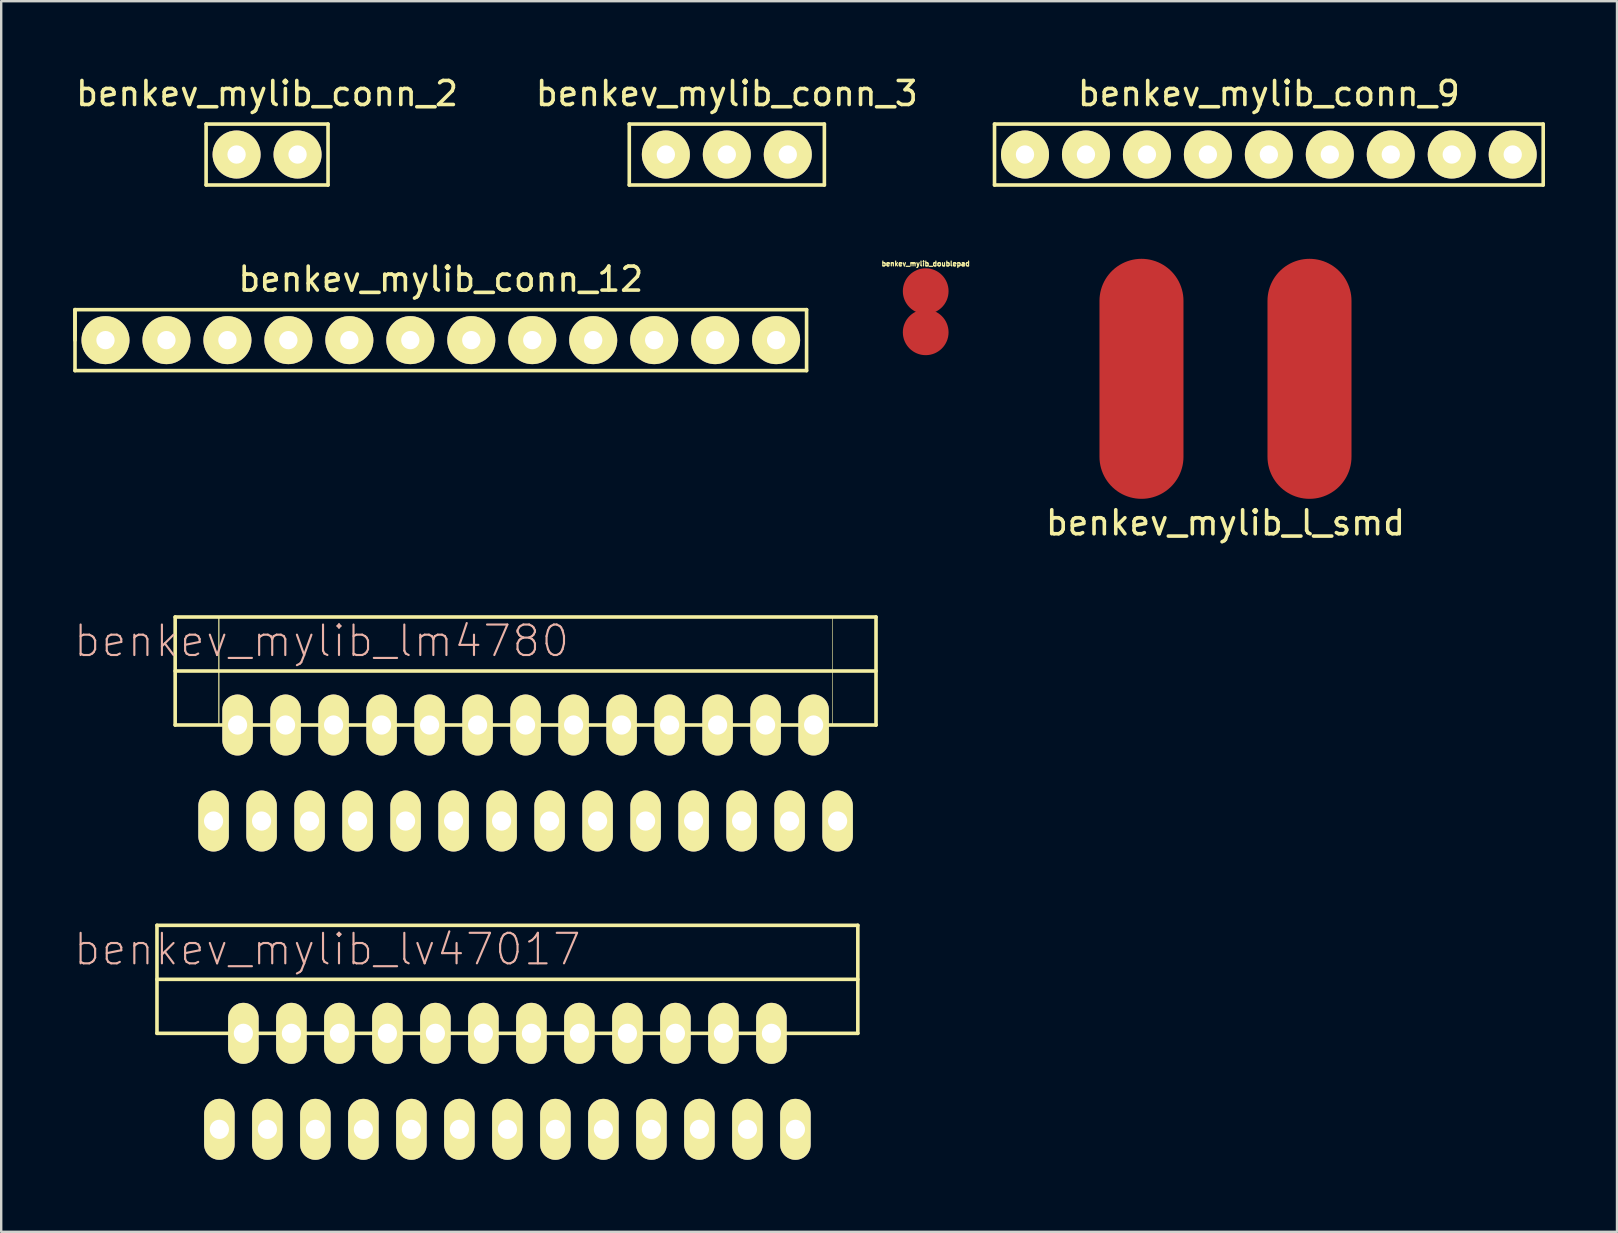
<source format=kicad_pcb>
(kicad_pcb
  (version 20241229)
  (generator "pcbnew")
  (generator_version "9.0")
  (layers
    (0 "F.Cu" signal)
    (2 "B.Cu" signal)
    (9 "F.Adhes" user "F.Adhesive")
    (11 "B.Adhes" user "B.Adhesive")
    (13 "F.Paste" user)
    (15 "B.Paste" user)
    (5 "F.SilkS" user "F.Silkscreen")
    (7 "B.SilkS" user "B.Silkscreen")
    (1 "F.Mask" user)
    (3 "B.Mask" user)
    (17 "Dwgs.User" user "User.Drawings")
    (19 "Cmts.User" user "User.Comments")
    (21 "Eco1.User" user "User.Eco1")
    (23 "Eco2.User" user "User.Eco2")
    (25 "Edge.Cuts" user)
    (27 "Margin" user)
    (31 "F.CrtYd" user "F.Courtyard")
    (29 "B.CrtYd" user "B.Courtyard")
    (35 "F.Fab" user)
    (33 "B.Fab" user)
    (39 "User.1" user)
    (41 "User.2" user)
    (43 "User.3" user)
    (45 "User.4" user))
  (footprint "benkev_mylib_lv47017"
    (layer "F.Cu")
    (at 18.09 40.002)
    (property "Reference" "benkev_mylib_lv47017" (at -7.5 -3.5 0) (layer "B.SilkS") (effects (font (size 1.27 1.27) (thickness 0.089))))
    (attr exclude_from_pos_files exclude_from_bom)
    (fp_line (start -14.6 -4.5) (end 14.6 -4.5) (stroke (width 0.15) (type solid)) (layer "F.SilkS"))
    (fp_line (start -14.6 -2.25) (end 14.6 -2.25) (stroke (width 0.15) (type solid)) (layer "F.SilkS"))
    (fp_line (start -14.6 0) (end -14.6 -4.5) (stroke (width 0.15) (type solid)) (layer "F.SilkS"))
    (fp_line (start 14.6 -4.5) (end 14.6 0) (stroke (width 0.15) (type solid)) (layer "F.SilkS"))
    (fp_line (start 14.6 0) (end -14.6 0) (stroke (width 0.15) (type solid)) (layer "F.SilkS"))
    (pad "1" thru_hole oval (at -12 4) (size 1.27 2.54) (drill 0.8) (layers "*.Cu" "F.Mask" "F.SilkS" "F.Paste"))
    (pad "2" thru_hole oval (at -11 0) (size 1.27 2.54) (drill 0.8) (layers "*.Cu" "F.Mask" "F.SilkS" "F.Paste"))
    (pad "3" thru_hole oval (at -10 4) (size 1.27 2.54) (drill 0.8) (layers "*.Cu" "F.Mask" "F.SilkS" "F.Paste"))
    (pad "4" thru_hole oval (at -9 0) (size 1.27 2.54) (drill 0.8) (layers "*.Cu" "F.Mask" "F.SilkS" "F.Paste"))
    (pad "5" thru_hole oval (at -8 4) (size 1.27 2.54) (drill 0.8) (layers "*.Cu" "F.Mask" "F.SilkS" "F.Paste"))
    (pad "6" thru_hole oval (at -7 0) (size 1.27 2.54) (drill 0.8) (layers "*.Cu" "F.Mask" "F.SilkS" "F.Paste"))
    (pad "7" thru_hole oval (at -6 4) (size 1.27 2.54) (drill 0.8) (layers "*.Cu" "F.Mask" "F.SilkS" "F.Paste"))
    (pad "8" thru_hole oval (at -5 0) (size 1.27 2.54) (drill 0.8) (layers "*.Cu" "F.Mask" "F.SilkS" "F.Paste"))
    (pad "9" thru_hole oval (at -4 4) (size 1.27 2.54) (drill 0.8) (layers "*.Cu" "F.Mask" "F.SilkS" "F.Paste"))
    (pad "10" thru_hole oval (at -3 0) (size 1.27 2.54) (drill 0.8) (layers "*.Cu" "F.Mask" "F.SilkS" "F.Paste"))
    (pad "11" thru_hole oval (at -2 4) (size 1.27 2.54) (drill 0.8) (layers "*.Cu" "F.Mask" "F.SilkS" "F.Paste"))
    (pad "12" thru_hole oval (at -1 0) (size 1.27 2.54) (drill 0.8) (layers "*.Cu" "F.Mask" "F.SilkS" "F.Paste"))
    (pad "13" thru_hole oval (at 0 4) (size 1.27 2.54) (drill 0.8) (layers "*.Cu" "F.Mask" "F.SilkS" "F.Paste"))
    (pad "14" thru_hole oval (at 1 0) (size 1.27 2.54) (drill 0.8) (layers "*.Cu" "F.Mask" "F.SilkS" "F.Paste"))
    (pad "15" thru_hole oval (at 2 4) (size 1.27 2.54) (drill 0.8) (layers "*.Cu" "F.Mask" "F.SilkS" "F.Paste"))
    (pad "16" thru_hole oval (at 3 0) (size 1.27 2.54) (drill 0.8) (layers "*.Cu" "F.Mask" "F.SilkS" "F.Paste"))
    (pad "17" thru_hole oval (at 4 4) (size 1.27 2.54) (drill 0.8) (layers "*.Cu" "F.Mask" "F.SilkS" "F.Paste"))
    (pad "18" thru_hole oval (at 5 0) (size 1.27 2.54) (drill 0.8) (layers "*.Cu" "F.Mask" "F.SilkS" "F.Paste"))
    (pad "19" thru_hole oval (at 6 4) (size 1.27 2.54) (drill 0.8) (layers "*.Cu" "F.Mask" "F.SilkS" "F.Paste"))
    (pad "20" thru_hole oval (at 7 0) (size 1.27 2.54) (drill 0.8) (layers "*.Cu" "F.Mask" "F.SilkS" "F.Paste"))
    (pad "21" thru_hole oval (at 8 4) (size 1.27 2.54) (drill 0.8) (layers "*.Cu" "F.Mask" "F.SilkS" "F.Paste"))
    (pad "22" thru_hole oval (at 9 0) (size 1.27 2.54) (drill 0.8) (layers "*.Cu" "F.Mask" "F.SilkS" "F.Paste"))
    (pad "23" thru_hole oval (at 10 4) (size 1.27 2.54) (drill 0.8) (layers "*.Cu" "F.Mask" "F.SilkS" "F.Paste"))
    (pad "24" thru_hole oval (at 11 0) (size 1.27 2.54) (drill 0.8) (layers "*.Cu" "F.Mask" "F.SilkS" "F.Paste"))
    (pad "25" thru_hole oval (at 12 4) (size 1.27 2.54) (drill 0.8) (layers "*.Cu" "F.Mask" "F.SilkS" "F.Paste")))
  (footprint "benkev_mylib_lm4780"
    (layer "F.Cu")
    (at 18.848 27.157)
    (property "Reference" "benkev_mylib_lm4780" (at -8.5 -3.5 0) (layer "B.SilkS") (effects (font (size 1.27 1.27) (thickness 0.089))))
    (attr exclude_from_pos_files exclude_from_bom)
    (fp_line (start -14.6 -4.5) (end 14.6 -4.5) (stroke (width 0.15) (type solid)) (layer "F.SilkS"))
    (fp_line (start -14.6 -2.25) (end 14.6 -2.25) (stroke (width 0.15) (type solid)) (layer "F.SilkS"))
    (fp_line (start -14.6 0) (end -14.6 -4.5) (stroke (width 0.15) (type solid)) (layer "F.SilkS"))
    (fp_line (start -12.78 -4.5) (end -12.78 0) (stroke (width 0.05) (type solid)) (layer "F.SilkS"))
    (fp_line (start 12.78 -4.5) (end 12.78 0) (stroke (width 0.025) (type solid)) (layer "F.SilkS"))
    (fp_line (start 14.6 -4.5) (end 14.6 0) (stroke (width 0.15) (type solid)) (layer "F.SilkS"))
    (fp_line (start 14.6 0) (end -14.6 0) (stroke (width 0.15) (type solid)) (layer "F.SilkS"))
    (pad "1" thru_hole oval (at -13 4) (size 1.27 2.54) (drill 0.8) (layers "*.Cu" "F.Mask" "F.SilkS" "F.Paste"))
    (pad "2" thru_hole oval (at -12 0) (size 1.27 2.54) (drill 0.8) (layers "*.Cu" "F.Mask" "F.SilkS" "F.Paste"))
    (pad "3" thru_hole oval (at -11 4) (size 1.27 2.54) (drill 0.8) (layers "*.Cu" "F.Mask" "F.SilkS" "F.Paste"))
    (pad "4" thru_hole oval (at -10 0) (size 1.27 2.54) (drill 0.8) (layers "*.Cu" "F.Mask" "F.SilkS" "F.Paste"))
    (pad "5" thru_hole oval (at -9 4) (size 1.27 2.54) (drill 0.8) (layers "*.Cu" "F.Mask" "F.SilkS" "F.Paste"))
    (pad "6" thru_hole oval (at -8 0) (size 1.27 2.54) (drill 0.8) (layers "*.Cu" "F.Mask" "F.SilkS" "F.Paste"))
    (pad "7" thru_hole oval (at -7 4) (size 1.27 2.54) (drill 0.8) (layers "*.Cu" "F.Mask" "F.SilkS" "F.Paste"))
    (pad "8" thru_hole oval (at -6 0) (size 1.27 2.54) (drill 0.8) (layers "*.Cu" "F.Mask" "F.SilkS" "F.Paste"))
    (pad "9" thru_hole oval (at -5 4) (size 1.27 2.54) (drill 0.8) (layers "*.Cu" "F.Mask" "F.SilkS" "F.Paste"))
    (pad "10" thru_hole oval (at -4 0) (size 1.27 2.54) (drill 0.8) (layers "*.Cu" "F.Mask" "F.SilkS" "F.Paste"))
    (pad "11" thru_hole oval (at -3 4) (size 1.27 2.54) (drill 0.8) (layers "*.Cu" "F.Mask" "F.SilkS" "F.Paste"))
    (pad "12" thru_hole oval (at -2 0) (size 1.27 2.54) (drill 0.8) (layers "*.Cu" "F.Mask" "F.SilkS" "F.Paste"))
    (pad "13" thru_hole oval (at -1 4) (size 1.27 2.54) (drill 0.8) (layers "*.Cu" "F.Mask" "F.SilkS" "F.Paste"))
    (pad "14" thru_hole oval (at 0 0) (size 1.27 2.54) (drill 0.8) (layers "*.Cu" "F.Mask" "F.SilkS" "F.Paste"))
    (pad "15" thru_hole oval (at 1 4) (size 1.27 2.54) (drill 0.8) (layers "*.Cu" "F.Mask" "F.SilkS" "F.Paste"))
    (pad "16" thru_hole oval (at 2 0) (size 1.27 2.54) (drill 0.8) (layers "*.Cu" "F.Mask" "F.SilkS" "F.Paste"))
    (pad "17" thru_hole oval (at 3 4) (size 1.27 2.54) (drill 0.8) (layers "*.Cu" "F.Mask" "F.SilkS" "F.Paste"))
    (pad "18" thru_hole oval (at 4 0) (size 1.27 2.54) (drill 0.8) (layers "*.Cu" "F.Mask" "F.SilkS" "F.Paste"))
    (pad "19" thru_hole oval (at 5 4) (size 1.27 2.54) (drill 0.8) (layers "*.Cu" "F.Mask" "F.SilkS" "F.Paste"))
    (pad "20" thru_hole oval (at 6 0) (size 1.27 2.54) (drill 0.8) (layers "*.Cu" "F.Mask" "F.SilkS" "F.Paste"))
    (pad "21" thru_hole oval (at 7 4) (size 1.27 2.54) (drill 0.8) (layers "*.Cu" "F.Mask" "F.SilkS" "F.Paste"))
    (pad "22" thru_hole oval (at 8 0) (size 1.27 2.54) (drill 0.8) (layers "*.Cu" "F.Mask" "F.SilkS" "F.Paste"))
    (pad "23" thru_hole oval (at 9 4) (size 1.27 2.54) (drill 0.8) (layers "*.Cu" "F.Mask" "F.SilkS" "F.Paste"))
    (pad "24" thru_hole oval (at 10 0) (size 1.27 2.54) (drill 0.8) (layers "*.Cu" "F.Mask" "F.SilkS" "F.Paste"))
    (pad "25" thru_hole oval (at 11 4) (size 1.27 2.54) (drill 0.8) (layers "*.Cu" "F.Mask" "F.SilkS" "F.Paste"))
    (pad "26" thru_hole oval (at 12 0) (size 1.27 2.54) (drill 0.8) (layers "*.Cu" "F.Mask" "F.SilkS" "F.Paste"))
    (pad "27" thru_hole oval (at 13 4) (size 1.27 2.54) (drill 0.8) (layers "*.Cu" "F.Mask" "F.SilkS" "F.Paste")))
  (footprint "benkev_mylib_conn_2"
    (layer "F.Cu")
    (at 8.077 3.388)
    (property "Reference" "benkev_mylib_conn_2" (at 0 -2.54 0) (layer "F.SilkS") (effects (font (size 1 1) (thickness 0.15))))
    (attr through_hole)
    (fp_line (start -2.54 -1.27) (end 2.54 -1.27) (stroke (width 0.15) (type solid)) (layer "F.SilkS"))
    (fp_line (start -2.54 1.27) (end -2.54 -1.27) (stroke (width 0.15) (type solid)) (layer "F.SilkS"))
    (fp_line (start -2.54 1.27) (end 2.54 1.27) (stroke (width 0.15) (type solid)) (layer "F.SilkS"))
    (fp_line (start 2.54 -1.27) (end 2.54 1.27) (stroke (width 0.15) (type solid)) (layer "F.SilkS"))
    (pad "1" thru_hole circle (at -1.27 0) (size 2 2) (drill 0.762) (layers "*.Cu" "*.Mask" "F.SilkS"))
    (pad "2" thru_hole circle (at 1.27 0) (size 2 2) (drill 0.762) (layers "*.Cu" "*.Mask" "F.SilkS")))
  (footprint "benkev_mylib_conn_3"
    (layer "F.Cu")
    (at 27.232 3.388)
    (property "Reference" "benkev_mylib_conn_3" (at 0 -2.54 0) (layer "F.SilkS") (effects (font (size 1 1) (thickness 0.15))))
    (attr through_hole)
    (fp_line (start -4.064 -1.27) (end 4.064 -1.27) (stroke (width 0.15) (type solid)) (layer "F.SilkS"))
    (fp_line (start -4.064 1.27) (end -4.064 -1.27) (stroke (width 0.15) (type solid)) (layer "F.SilkS"))
    (fp_line (start -4.064 1.27) (end 4.064 1.27) (stroke (width 0.15) (type solid)) (layer "F.SilkS"))
    (fp_line (start 4.064 -1.27) (end 4.064 1.27) (stroke (width 0.15) (type solid)) (layer "F.SilkS"))
    (pad "1" thru_hole circle (at -2.54 0) (size 2 2) (drill 0.762) (layers "*.Cu" "*.Mask" "F.SilkS"))
    (pad "2" thru_hole circle (at 0 0) (size 2 2) (drill 0.762) (layers "*.Cu" "*.Mask" "F.SilkS"))
    (pad "3" thru_hole circle (at 2.54 0) (size 2 2) (drill 0.762) (layers "*.Cu" "*.Mask" "F.SilkS")))
  (footprint "benkev_mylib_l_smd"
    (layer "F.Cu")
    (at 48.008 12.733)
    (property "Reference" "benkev_mylib_l_smd" (at 0 6 0) (layer "F.SilkS") (effects (font (size 1 1) (thickness 0.15))))
    (attr through_hole)
    (pad "1" smd oval (at -3.5 0) (size 3.5 10) (layers "F.Cu" "F.Mask" "F.Paste"))
    (pad "2" smd oval (at 3.5 0) (size 3.5 10) (layers "F.Cu" "F.Mask" "F.Paste")))
  (footprint "benkev_mylib_conn_12"
    (layer "F.Cu")
    (at 15.315 11.121)
    (property "Reference" "benkev_mylib_conn_12" (at 0 -2.54 0) (layer "F.SilkS") (effects (font (size 1 1) (thickness 0.15))))
    (attr through_hole)
    (fp_line (start -15.24 -1.27) (end -15.24 0) (stroke (width 0.15) (type solid)) (layer "F.SilkS"))
    (fp_line (start -15.24 -1.27) (end 15.24 -1.27) (stroke (width 0.15) (type solid)) (layer "F.SilkS"))
    (fp_line (start -15.24 1.27) (end -15.24 -1.27) (stroke (width 0.15) (type solid)) (layer "F.SilkS"))
    (fp_line (start 15.24 -1.27) (end 15.24 1.27) (stroke (width 0.15) (type solid)) (layer "F.SilkS"))
    (fp_line (start 15.24 1.27) (end -15.24 1.27) (stroke (width 0.15) (type solid)) (layer "F.SilkS"))
    (pad "1" thru_hole circle (at -13.97 0) (size 2 2) (drill 0.762) (layers "*.Cu" "*.Mask" "F.SilkS"))
    (pad "2" thru_hole circle (at -11.43 0) (size 2 2) (drill 0.762) (layers "*.Cu" "*.Mask" "F.SilkS"))
    (pad "3" thru_hole circle (at -8.89 0) (size 2 2) (drill 0.762) (layers "*.Cu" "*.Mask" "F.SilkS"))
    (pad "4" thru_hole circle (at -6.35 0) (size 2 2) (drill 0.762) (layers "*.Cu" "*.Mask" "F.SilkS"))
    (pad "5" thru_hole circle (at -3.81 0) (size 2 2) (drill 0.762) (layers "*.Cu" "*.Mask" "F.SilkS"))
    (pad "6" thru_hole circle (at -1.27 0) (size 2 2) (drill 0.762) (layers "*.Cu" "*.Mask" "F.SilkS"))
    (pad "7" thru_hole circle (at 1.27 0) (size 2 2) (drill 0.762) (layers "*.Cu" "*.Mask" "F.SilkS"))
    (pad "8" thru_hole circle (at 3.81 0) (size 2 2) (drill 0.762) (layers "*.Cu" "*.Mask" "F.SilkS"))
    (pad "9" thru_hole circle (at 6.35 0) (size 2 2) (drill 0.762) (layers "*.Cu" "*.Mask" "F.SilkS"))
    (pad "10" thru_hole circle (at 8.89 0) (size 2 2) (drill 0.762) (layers "*.Cu" "*.Mask" "F.SilkS"))
    (pad "11" thru_hole circle (at 11.43 0) (size 2 2) (drill 0.762) (layers "*.Cu" "*.Mask" "F.SilkS"))
    (pad "12" thru_hole circle (at 13.97 0) (size 2 2) (drill 0.762) (layers "*.Cu" "*.Mask" "F.SilkS")))
  (footprint "benkev_mylib_conn_9"
    (layer "F.Cu")
    (at 49.815 3.388)
    (property "Reference" "benkev_mylib_conn_9" (at 0 -2.54 0) (layer "F.SilkS") (effects (font (size 1 1) (thickness 0.15))))
    (attr through_hole)
    (fp_line (start -11.43 -1.27) (end 11.43 -1.27) (stroke (width 0.15) (type solid)) (layer "F.SilkS"))
    (fp_line (start -11.43 1.27) (end -11.43 -1.27) (stroke (width 0.15) (type solid)) (layer "F.SilkS"))
    (fp_line (start 11.43 -1.27) (end 11.43 1.27) (stroke (width 0.15) (type solid)) (layer "F.SilkS"))
    (fp_line (start 11.43 1.27) (end -11.43 1.27) (stroke (width 0.15) (type solid)) (layer "F.SilkS"))
    (pad "1" thru_hole circle (at -10.16 0) (size 2 2) (drill 0.762) (layers "*.Cu" "*.Mask" "F.SilkS"))
    (pad "2" thru_hole circle (at -7.62 0) (size 2 2) (drill 0.762) (layers "*.Cu" "*.Mask" "F.SilkS"))
    (pad "3" thru_hole circle (at -5.08 0) (size 2 2) (drill 0.762) (layers "*.Cu" "*.Mask" "F.SilkS"))
    (pad "4" thru_hole circle (at -2.54 0) (size 2 2) (drill 0.762) (layers "*.Cu" "*.Mask" "F.SilkS"))
    (pad "5" thru_hole circle (at 0 0) (size 2 2) (drill 0.762) (layers "*.Cu" "*.Mask" "F.SilkS"))
    (pad "6" thru_hole circle (at 2.54 0) (size 2 2) (drill 0.762) (layers "*.Cu" "*.Mask" "F.SilkS"))
    (pad "7" thru_hole circle (at 5.08 0) (size 2 2) (drill 0.762) (layers "*.Cu" "*.Mask" "F.SilkS"))
    (pad "8" thru_hole circle (at 7.62 0) (size 2 2) (drill 0.762) (layers "*.Cu" "*.Mask" "F.SilkS"))
    (pad "9" thru_hole circle (at 10.16 0) (size 2 2) (drill 0.762) (layers "*.Cu" "*.Mask" "F.SilkS")))
  (footprint "benkev_mylib_doublepad"
    (layer "F.Cu")
    (at 35.518 9.081)
    (property "Reference" "benkev_mylib_doublepad" (at 0 -1.143 0) (layer "F.SilkS") (effects (font (size 0.2 0.2) (thickness 0.05))))
    (attr through_hole)
    (pad "1" smd oval (at 0 0) (size 1.905 1.905) (layers "F.Cu" "F.Mask" "F.Paste"))
    (pad "2" smd oval (at 0 1.714) (size 1.905 1.905) (layers "F.Cu" "F.Mask" "F.Paste")))
  (gr_rect
    (start -3 -3)
    (end 64.32 48.272)
    (stroke (width 0.1) (type default))
    (fill no)
    (layer "Edge.Cuts")))
</source>
